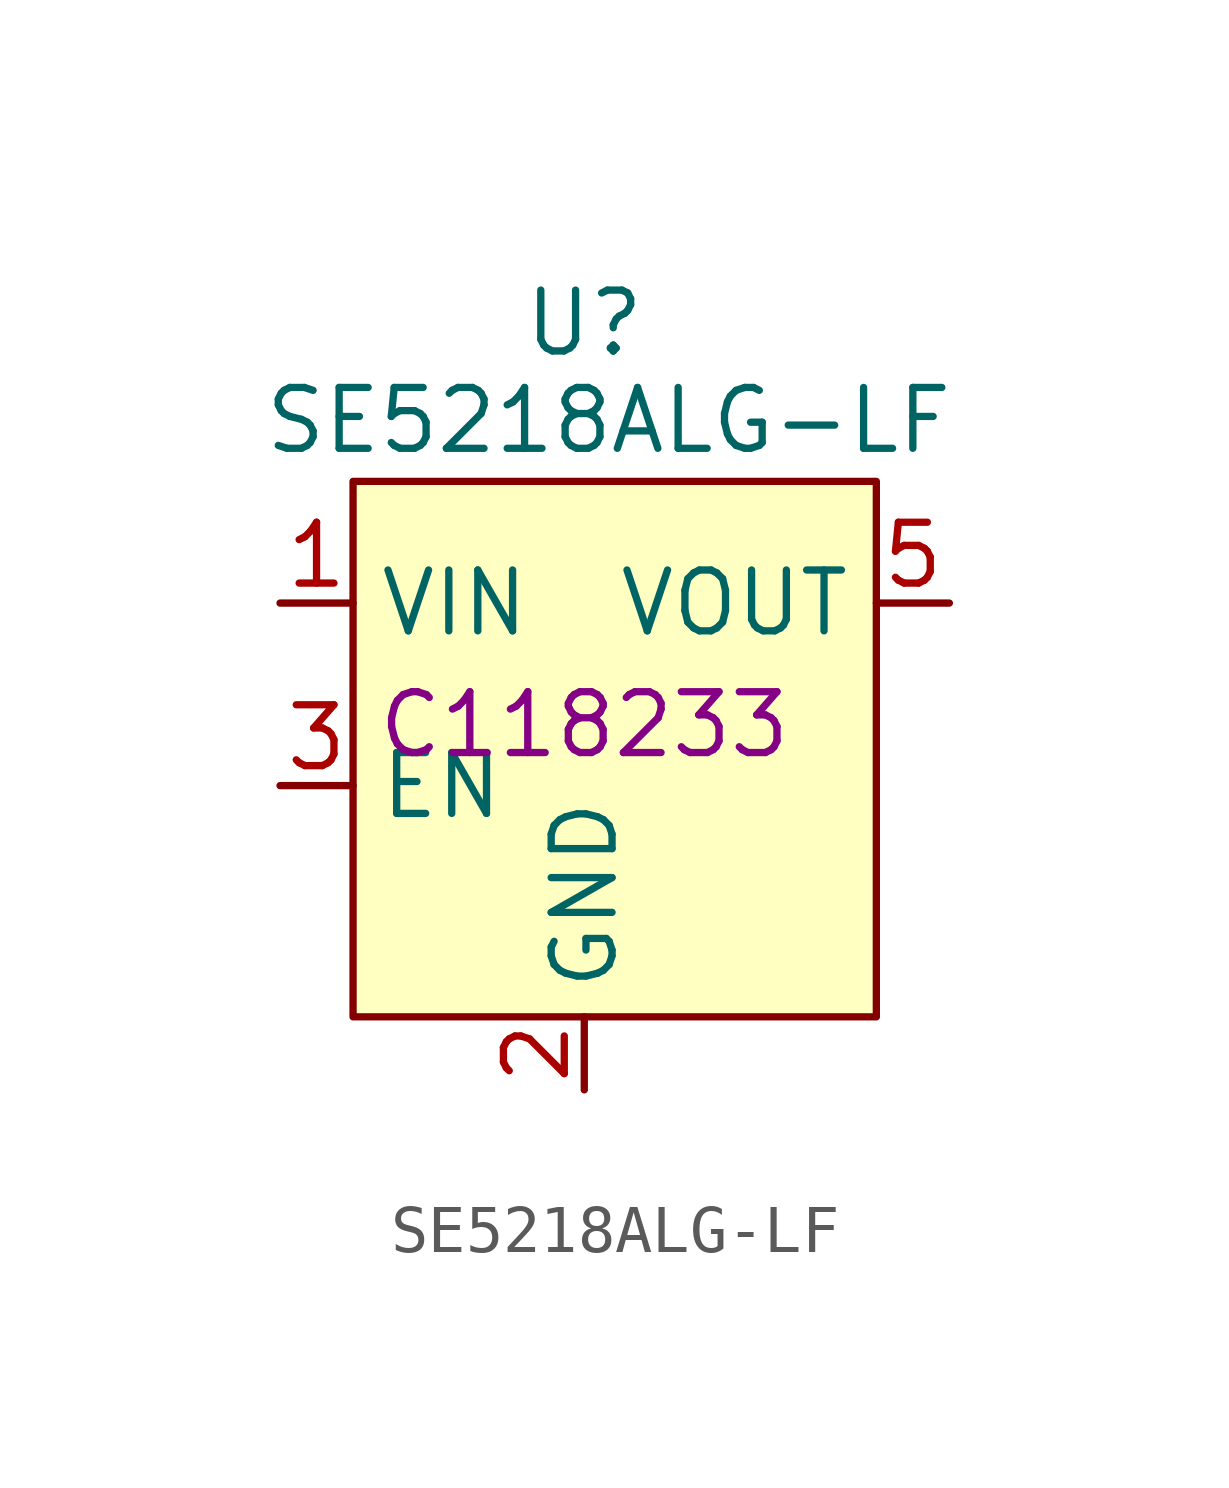
<source format=kicad_sym>
(kicad_symbol_lib
  (version 20231120)
  (generator "kicad_symbol_editor")
  (generator_version "8.0")
  (symbol "SE5218ALG-LF"
    (property "Reference" "U"
      (at 0 8.382 0)
      (effects (font (size 1.27 1.27))))
    (property "Value" "SE5218ALG-LF"
      (at 0.508 6.35 0)
      (effects (font (size 1.27 1.27))))
    (property "LCSC#" "C118233"
      (at 0 0 0)
      (effects (font (size 1.27 1.27))))
    (symbol "SE5218ALG-LF_0_1"
      (rectangle (start -4.826 5.08) (end 6.096 -6.096) (stroke (width 0) (type default)) (fill (type background))))
    (symbol "SE5218ALG-LF_1_1"
      (pin passive line (at -6.35 2.54 0) (length 1.524) (name "VIN" (effects (font (size 1.27 1.27)))) (number "1" (effects (font (size 1.27 1.27)))))
      (pin passive line (at 0 -7.62 90) (length 1.524) (name "GND" (effects (font (size 1.27 1.27)))) (number "2" (effects (font (size 1.27 1.27)))))
      (pin passive line (at -6.35 -1.27 0) (length 1.524) (name "EN" (effects (font (size 1.27 1.27)))) (number "3" (effects (font (size 1.27 1.27)))))
      (pin passive line (at 7.62 2.54 180) (length 1.524) (name "VOUT" (effects (font (size 1.27 1.27)))) (number "5" (effects (font (size 1.27 1.27))))))))
</source>
